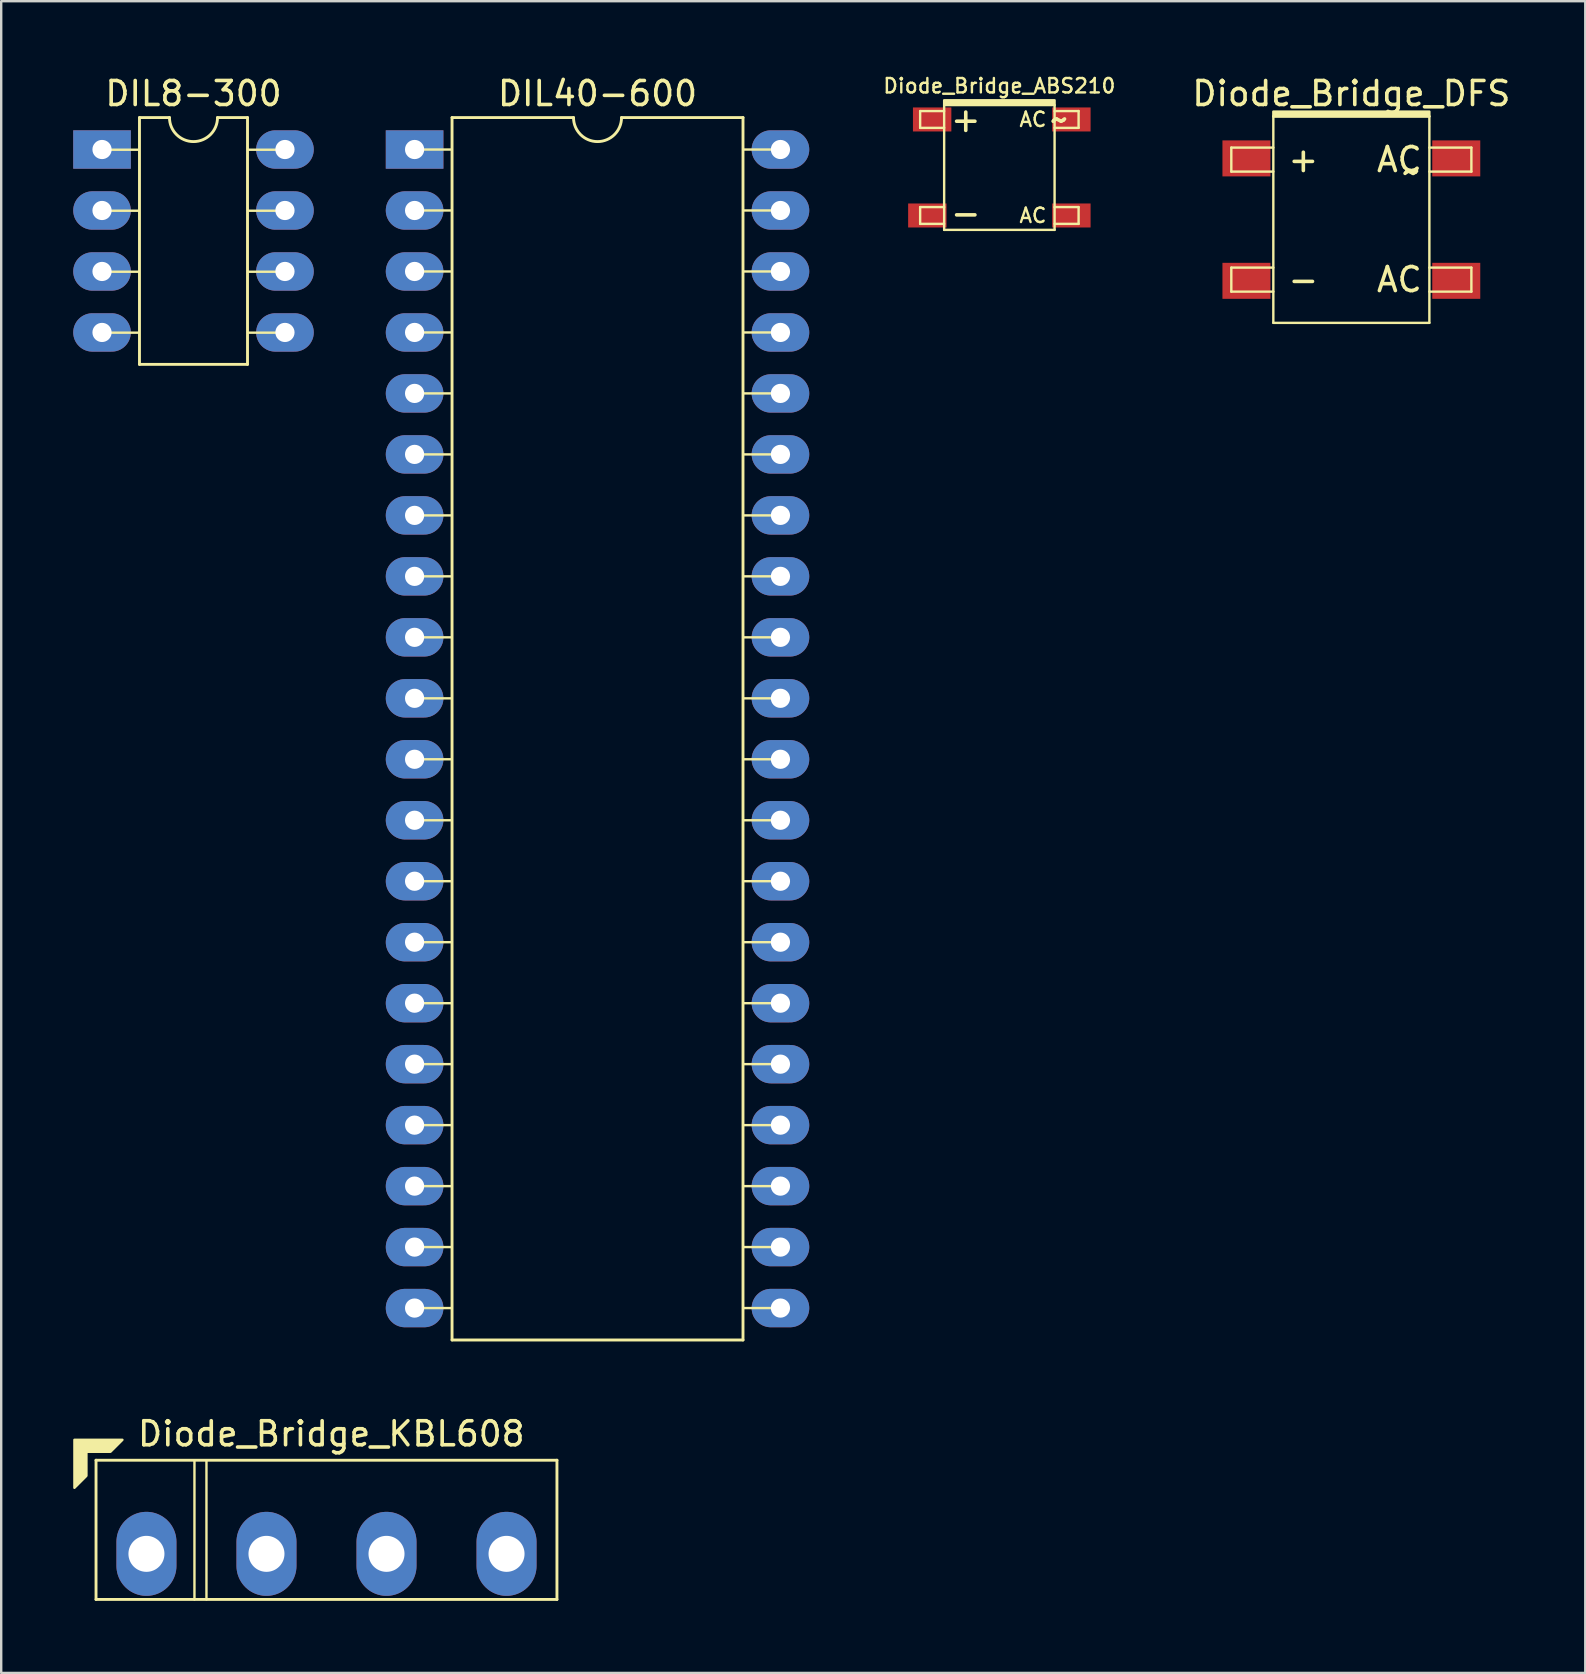
<source format=kicad_pcb>
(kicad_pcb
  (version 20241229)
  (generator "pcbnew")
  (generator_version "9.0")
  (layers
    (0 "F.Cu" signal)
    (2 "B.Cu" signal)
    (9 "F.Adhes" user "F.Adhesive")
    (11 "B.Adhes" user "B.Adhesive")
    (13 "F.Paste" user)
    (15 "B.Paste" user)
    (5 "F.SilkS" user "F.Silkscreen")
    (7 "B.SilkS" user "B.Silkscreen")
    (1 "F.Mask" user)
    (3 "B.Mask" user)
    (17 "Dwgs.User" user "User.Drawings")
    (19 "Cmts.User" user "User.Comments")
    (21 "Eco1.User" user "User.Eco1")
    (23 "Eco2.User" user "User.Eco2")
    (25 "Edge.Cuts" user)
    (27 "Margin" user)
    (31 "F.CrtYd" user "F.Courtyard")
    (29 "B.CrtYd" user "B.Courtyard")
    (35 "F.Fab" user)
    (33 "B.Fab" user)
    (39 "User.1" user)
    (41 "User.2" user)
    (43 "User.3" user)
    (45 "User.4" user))
  (footprint "DIL8-300"
    (layer "F.Cu")
    (at 5.01 6.988)
    (property "Reference" "DIL8-300" (at 0 -6.14 0) (layer "F.SilkS") (effects (font (size 1 1) (thickness 0.15))))
    (attr through_hole)
    (fp_line (start -3.8 -3.8) (end -2.3 -3.8) (stroke (width 0.1) (type solid)) (layer "F.SilkS"))
    (fp_line (start -3.8 -1.26) (end -2.3 -1.26) (stroke (width 0.1) (type solid)) (layer "F.SilkS"))
    (fp_line (start -3.8 1.28) (end -2.3 1.28) (stroke (width 0.1) (type solid)) (layer "F.SilkS"))
    (fp_line (start -3.8 3.82) (end -2.3 3.82) (stroke (width 0.1) (type solid)) (layer "F.SilkS"))
    (fp_line (start -2.25 -5.14) (end -2.25 5.14) (stroke (width 0.12) (type solid)) (layer "F.SilkS"))
    (fp_line (start -2.25 5.14) (end 2.25 5.14) (stroke (width 0.12) (type solid)) (layer "F.SilkS"))
    (fp_line (start -1 -5.14) (end -2.25 -5.14) (stroke (width 0.12) (type solid)) (layer "F.SilkS"))
    (fp_line (start 2.25 -5.14) (end 1 -5.14) (stroke (width 0.12) (type solid)) (layer "F.SilkS"))
    (fp_line (start 2.25 5.14) (end 2.25 -5.14) (stroke (width 0.12) (type solid)) (layer "F.SilkS"))
    (fp_line (start 3.8 -3.8) (end 2.3 -3.8) (stroke (width 0.1) (type solid)) (layer "F.SilkS"))
    (fp_line (start 3.8 -1.26) (end 2.3 -1.26) (stroke (width 0.1) (type solid)) (layer "F.SilkS"))
    (fp_line (start 3.8 1.28) (end 2.3 1.28) (stroke (width 0.1) (type solid)) (layer "F.SilkS"))
    (fp_line (start 3.8 3.82) (end 2.3 3.82) (stroke (width 0.1) (type solid)) (layer "F.SilkS"))
    (fp_arc (start 1 -5.14) (mid 0 -4.14) (end -1 -5.14) (stroke (width 0.12) (type solid)) (layer "F.SilkS"))
    (pad "1" thru_hole rect (at -3.81 -3.81) (size 2.4 1.6) (drill 0.8) (layers "*.Cu" "*.Mask"))
    (pad "2" thru_hole oval (at -3.81 -1.27) (size 2.4 1.6) (drill 0.8) (layers "*.Cu" "*.Mask"))
    (pad "3" thru_hole oval (at -3.81 1.27) (size 2.4 1.6) (drill 0.8) (layers "*.Cu" "*.Mask"))
    (pad "4" thru_hole oval (at -3.81 3.81) (size 2.4 1.6) (drill 0.8) (layers "*.Cu" "*.Mask"))
    (pad "5" thru_hole oval (at 3.81 3.81) (size 2.4 1.6) (drill 0.8) (layers "*.Cu" "*.Mask"))
    (pad "6" thru_hole oval (at 3.81 1.27) (size 2.4 1.6) (drill 0.8) (layers "*.Cu" "*.Mask"))
    (pad "7" thru_hole oval (at 3.81 -1.27) (size 2.4 1.6) (drill 0.8) (layers "*.Cu" "*.Mask"))
    (pad "8" thru_hole oval (at 3.81 -3.81) (size 2.4 1.6) (drill 0.8) (layers "*.Cu" "*.Mask")))
  (footprint "Diode_Bridge_ABS210"
    (layer "F.Cu")
    (at 38.579 3.926)
    (property "Reference" "Diode_Bridge_ABS210" (at 0 -3.4 0) (layer "F.SilkS") (effects (font (size 0.6 0.6) (thickness 0.1))))
    (attr smd)
    (fp_line (start -3.3 -2.35) (end -2.3 -2.35) (stroke (width 0.1) (type solid)) (layer "F.SilkS"))
    (fp_line (start -3.3 -1.65) (end -3.3 -2.35) (stroke (width 0.1) (type solid)) (layer "F.SilkS"))
    (fp_line (start -3.3 -1.65) (end -2.3 -1.65) (stroke (width 0.1) (type solid)) (layer "F.SilkS"))
    (fp_line (start -3.3 1.65) (end -2.3 1.65) (stroke (width 0.1) (type solid)) (layer "F.SilkS"))
    (fp_line (start -3.3 2.35) (end -3.3 1.65) (stroke (width 0.1) (type solid)) (layer "F.SilkS"))
    (fp_line (start -3.3 2.35) (end -2.3 2.35) (stroke (width 0.1) (type solid)) (layer "F.SilkS"))
    (fp_line (start -2.3 -2.6) (end -2.3 2.6) (stroke (width 0.1) (type solid)) (layer "F.SilkS"))
    (fp_line (start -2.3 2.6) (end 2.3 2.6) (stroke (width 0.1) (type solid)) (layer "F.SilkS"))
    (fp_line (start 2.3 -2.6) (end 2.3 2.6) (stroke (width 0.1) (type solid)) (layer "F.SilkS"))
    (fp_line (start 3.3 -2.35) (end 2.3 -2.35) (stroke (width 0.1) (type solid)) (layer "F.SilkS"))
    (fp_line (start 3.3 -2.35) (end 3.3 -1.65) (stroke (width 0.1) (type solid)) (layer "F.SilkS"))
    (fp_line (start 3.3 -1.65) (end 2.3 -1.65) (stroke (width 0.1) (type solid)) (layer "F.SilkS"))
    (fp_line (start 3.3 1.65) (end 2.3 1.65) (stroke (width 0.1) (type solid)) (layer "F.SilkS"))
    (fp_line (start 3.3 1.65) (end 3.3 2.35) (stroke (width 0.1) (type solid)) (layer "F.SilkS"))
    (fp_line (start 3.3 2.35) (end 2.3 2.35) (stroke (width 0.1) (type solid)) (layer "F.SilkS"))
    (fp_rect (start -2.3 -2.6) (end 2.3 -2.8) (stroke (width 0.1) (type solid)) (fill yes) (layer "F.SilkS"))
    (fp_text user "+" (at -1.4 -2 0) (unlocked yes) (layer "F.SilkS") (effects (font (size 1 1) (thickness 0.15))))
    (fp_text user "~" (at 2.5 -2 0) (unlocked yes) (layer "F.SilkS") (effects (font (size 1 1) (thickness 0.15))))
    (fp_text user "AC" (at 1.4 2 0) (unlocked yes) (layer "F.SilkS") (effects (font (size 0.6 0.6) (thickness 0.1))))
    (fp_text user "-" (at -1.4 1.9 0) (unlocked yes) (layer "F.SilkS") (effects (font (size 1 1) (thickness 0.15))))
    (fp_text user "AC" (at 1.4 -2 0) (unlocked yes) (layer "F.SilkS") (effects (font (size 0.6 0.6) (thickness 0.1))))
    (pad "1" smd rect (at -2.8 -2) (size 1.6 1) (layers "F.Cu" "F.Mask" "F.Paste"))
    (pad "2" smd rect (at 3 -2) (size 1.6 1) (layers "F.Cu" "F.Mask" "F.Paste"))
    (pad "3" smd rect (at 3 2) (size 1.6 1) (layers "F.Cu" "F.Mask" "F.Paste"))
    (pad "4" smd rect (at -3 2) (size 1.6 1) (layers "F.Cu" "F.Mask" "F.Paste")))
  (footprint "Diode_Bridge_KBL608"
    (layer "F.Cu")
    (at 10.55 60.676)
    (property "Reference" "Diode_Bridge_KBL608" (at 0.2 -4 180) (layer "F.SilkS") (effects (font (size 1 1) (thickness 0.15))))
    (attr through_hole)
    (fp_line (start -9.6 -2.9) (end 9.6 -2.9) (stroke (width 0.12) (type solid)) (layer "F.SilkS"))
    (fp_line (start -9.6 2.9) (end -9.6 -2.9) (stroke (width 0.12) (type solid)) (layer "F.SilkS"))
    (fp_line (start -5.5 -2.9) (end -5.5 2.9) (stroke (width 0.1) (type solid)) (layer "F.SilkS"))
    (fp_line (start -5 2.9) (end -5 -2.9) (stroke (width 0.1) (type solid)) (layer "F.SilkS"))
    (fp_line (start 9.6 -2.9) (end 9.6 2.9) (stroke (width 0.12) (type solid)) (layer "F.SilkS"))
    (fp_line (start 9.6 2.9) (end -9.6 2.9) (stroke (width 0.12) (type solid)) (layer "F.SilkS"))
    (fp_poly (pts (xy -9 -3.25) (xy -10 -3.25) (xy -10 -2.25) (xy -10.5 -1.75) (xy -10.5 -3.75) (xy -8.5 -3.75)) (stroke (width 0.1) (type solid)) (fill yes) (layer "F.SilkS"))
    (pad "1" thru_hole oval (at -7.5 1 90) (size 3.5 2.5) (drill 1.5) (layers "*.Cu" "*.Mask"))
    (pad "2" thru_hole oval (at -2.5 1 270) (size 3.5 2.5) (drill 1.5) (layers "*.Cu" "*.Mask"))
    (pad "3" thru_hole oval (at 2.5 1 90) (size 3.5 2.5) (drill 1.5) (layers "*.Cu" "*.Mask"))
    (pad "4" thru_hole oval (at 7.5 1 90) (size 3.5 2.5) (drill 1.5) (layers "*.Cu" "*.Mask")))
  (footprint "Diode_Bridge_DFS"
    (layer "F.Cu")
    (at 53.241 6.098)
    (property "Reference" "Diode_Bridge_DFS" (at 0 -5.25 0) (layer "F.SilkS") (effects (font (size 1 1) (thickness 0.15))))
    (attr smd)
    (fp_line (start -5 -3) (end -5 -2) (stroke (width 0.1) (type solid)) (layer "F.SilkS"))
    (fp_line (start -5 -2) (end -3.25 -2) (stroke (width 0.1) (type solid)) (layer "F.SilkS"))
    (fp_line (start -5 2) (end -5 3) (stroke (width 0.1) (type solid)) (layer "F.SilkS"))
    (fp_line (start -5 3) (end -3.25 3) (stroke (width 0.1) (type solid)) (layer "F.SilkS"))
    (fp_line (start -3.25 -4.3) (end -3.25 4.3) (stroke (width 0.1) (type solid)) (layer "F.SilkS"))
    (fp_line (start -3.25 -4.3) (end 3.25 -4.3) (stroke (width 0.1) (type solid)) (layer "F.SilkS"))
    (fp_line (start -3.25 -3) (end -5 -3) (stroke (width 0.1) (type solid)) (layer "F.SilkS"))
    (fp_line (start -3.25 2) (end -5 2) (stroke (width 0.1) (type solid)) (layer "F.SilkS"))
    (fp_line (start -3.25 4.3) (end 3.25 4.3) (stroke (width 0.1) (type solid)) (layer "F.SilkS"))
    (fp_line (start 3.25 -4.3) (end 3.25 4.3) (stroke (width 0.1) (type solid)) (layer "F.SilkS"))
    (fp_line (start 3.25 -3) (end 5 -3) (stroke (width 0.1) (type solid)) (layer "F.SilkS"))
    (fp_line (start 3.25 2) (end 5 2) (stroke (width 0.1) (type solid)) (layer "F.SilkS"))
    (fp_line (start 5 -3) (end 5 -2) (stroke (width 0.1) (type solid)) (layer "F.SilkS"))
    (fp_line (start 5 -2) (end 3.25 -2) (stroke (width 0.1) (type solid)) (layer "F.SilkS"))
    (fp_line (start 5 2) (end 5 3) (stroke (width 0.1) (type solid)) (layer "F.SilkS"))
    (fp_line (start 5 3) (end 3.25 3) (stroke (width 0.1) (type solid)) (layer "F.SilkS"))
    (fp_rect (start -3.25 -4.3) (end 3.25 -4.5) (stroke (width 0.1) (type solid)) (fill yes) (layer "F.SilkS"))
    (fp_text user "~" (at 2.5 -2 0) (unlocked yes) (layer "F.SilkS") (effects (font (size 1 1) (thickness 0.15))))
    (fp_text user "AC" (at 2 -2.5 0) (unlocked yes) (layer "F.SilkS") (effects (font (size 1 1) (thickness 0.15))))
    (fp_text user "+" (at -2 -2.5 0) (unlocked yes) (layer "F.SilkS") (effects (font (size 1 1) (thickness 0.15))))
    (fp_text user "-" (at -2 2.5 0) (unlocked yes) (layer "F.SilkS") (effects (font (size 1 1) (thickness 0.15))))
    (fp_text user "AC" (at 2 2.5 0) (unlocked yes) (layer "F.SilkS") (effects (font (size 1 1) (thickness 0.15))))
    (pad "1" smd rect (at -4.37 -2.55) (size 2 1.5) (layers "F.Cu" "F.Mask" "F.Paste"))
    (pad "2" smd rect (at 4.37 -2.55) (size 2 1.5) (layers "F.Cu" "F.Mask" "F.Paste"))
    (pad "3" smd rect (at -4.37 2.55) (size 2 1.5) (layers "F.Cu" "F.Mask" "F.Paste"))
    (pad "4" smd rect (at 4.37 2.55) (size 2 1.5) (layers "F.Cu" "F.Mask" "F.Paste")))
  (footprint "DIL40-600"
    (layer "F.Cu")
    (at 21.84 27.308)
    (property "Reference" "DIL40-600" (at 0 -26.46 0) (layer "F.SilkS") (effects (font (size 1 1) (thickness 0.15))))
    (attr through_hole)
    (fp_line (start -7.62 -24.13) (end -6.096 -24.13) (stroke (width 0.1) (type solid)) (layer "F.SilkS"))
    (fp_line (start -7.62 -21.59) (end -6.096 -21.59) (stroke (width 0.1) (type solid)) (layer "F.SilkS"))
    (fp_line (start -7.62 -19.05) (end -6.096 -19.05) (stroke (width 0.1) (type solid)) (layer "F.SilkS"))
    (fp_line (start -7.62 -16.51) (end -6.096 -16.51) (stroke (width 0.1) (type solid)) (layer "F.SilkS"))
    (fp_line (start -7.62 -13.97) (end -6.096 -13.97) (stroke (width 0.1) (type solid)) (layer "F.SilkS"))
    (fp_line (start -7.62 -11.43) (end -6.096 -11.43) (stroke (width 0.1) (type solid)) (layer "F.SilkS"))
    (fp_line (start -7.62 -8.89) (end -6.096 -8.89) (stroke (width 0.1) (type solid)) (layer "F.SilkS"))
    (fp_line (start -7.62 -6.35) (end -6.096 -6.35) (stroke (width 0.1) (type solid)) (layer "F.SilkS"))
    (fp_line (start -7.62 -3.81) (end -6.096 -3.81) (stroke (width 0.1) (type solid)) (layer "F.SilkS"))
    (fp_line (start -7.62 -1.27) (end -6.096 -1.27) (stroke (width 0.1) (type solid)) (layer "F.SilkS"))
    (fp_line (start -7.62 1.27) (end -6.096 1.27) (stroke (width 0.1) (type solid)) (layer "F.SilkS"))
    (fp_line (start -7.62 3.81) (end -6.096 3.81) (stroke (width 0.1) (type solid)) (layer "F.SilkS"))
    (fp_line (start -7.62 6.35) (end -6.096 6.35) (stroke (width 0.1) (type solid)) (layer "F.SilkS"))
    (fp_line (start -7.62 8.89) (end -6.096 8.89) (stroke (width 0.1) (type solid)) (layer "F.SilkS"))
    (fp_line (start -7.62 11.43) (end -6.096 11.43) (stroke (width 0.1) (type solid)) (layer "F.SilkS"))
    (fp_line (start -7.62 13.97) (end -6.096 13.97) (stroke (width 0.1) (type solid)) (layer "F.SilkS"))
    (fp_line (start -7.62 16.51) (end -6.096 16.51) (stroke (width 0.1) (type solid)) (layer "F.SilkS"))
    (fp_line (start -7.62 19.05) (end -6.096 19.05) (stroke (width 0.1) (type solid)) (layer "F.SilkS"))
    (fp_line (start -7.62 21.59) (end -6.096 21.59) (stroke (width 0.1) (type solid)) (layer "F.SilkS"))
    (fp_line (start -7.62 24.13) (end -6.096 24.13) (stroke (width 0.1) (type solid)) (layer "F.SilkS"))
    (fp_line (start -6.06 -25.46) (end -6.06 25.46) (stroke (width 0.12) (type solid)) (layer "F.SilkS"))
    (fp_line (start -6.06 25.46) (end 6.06 25.46) (stroke (width 0.12) (type solid)) (layer "F.SilkS"))
    (fp_line (start -1 -25.46) (end -6.06 -25.46) (stroke (width 0.12) (type solid)) (layer "F.SilkS"))
    (fp_line (start 6.06 -25.46) (end 1 -25.46) (stroke (width 0.12) (type solid)) (layer "F.SilkS"))
    (fp_line (start 6.06 25.46) (end 6.06 -25.46) (stroke (width 0.12) (type solid)) (layer "F.SilkS"))
    (fp_line (start 6.096 -24.13) (end 7.62 -24.13) (stroke (width 0.1) (type solid)) (layer "F.SilkS"))
    (fp_line (start 6.096 -21.59) (end 7.62 -21.59) (stroke (width 0.1) (type solid)) (layer "F.SilkS"))
    (fp_line (start 6.096 -19.05) (end 7.62 -19.05) (stroke (width 0.1) (type solid)) (layer "F.SilkS"))
    (fp_line (start 6.096 -16.51) (end 7.62 -16.51) (stroke (width 0.1) (type solid)) (layer "F.SilkS"))
    (fp_line (start 6.096 -13.97) (end 7.62 -13.97) (stroke (width 0.1) (type solid)) (layer "F.SilkS"))
    (fp_line (start 6.096 -11.43) (end 7.62 -11.43) (stroke (width 0.1) (type solid)) (layer "F.SilkS"))
    (fp_line (start 6.096 -8.89) (end 7.62 -8.89) (stroke (width 0.1) (type solid)) (layer "F.SilkS"))
    (fp_line (start 6.096 -6.35) (end 7.62 -6.35) (stroke (width 0.1) (type solid)) (layer "F.SilkS"))
    (fp_line (start 6.096 -3.81) (end 7.62 -3.81) (stroke (width 0.1) (type solid)) (layer "F.SilkS"))
    (fp_line (start 6.096 -1.27) (end 7.62 -1.27) (stroke (width 0.1) (type solid)) (layer "F.SilkS"))
    (fp_line (start 6.096 1.27) (end 7.62 1.27) (stroke (width 0.1) (type solid)) (layer "F.SilkS"))
    (fp_line (start 6.096 3.81) (end 7.62 3.81) (stroke (width 0.1) (type solid)) (layer "F.SilkS"))
    (fp_line (start 6.096 6.35) (end 7.62 6.35) (stroke (width 0.1) (type solid)) (layer "F.SilkS"))
    (fp_line (start 6.096 8.89) (end 7.62 8.89) (stroke (width 0.1) (type solid)) (layer "F.SilkS"))
    (fp_line (start 6.096 11.43) (end 7.62 11.43) (stroke (width 0.1) (type solid)) (layer "F.SilkS"))
    (fp_line (start 6.096 13.97) (end 7.62 13.97) (stroke (width 0.1) (type solid)) (layer "F.SilkS"))
    (fp_line (start 6.096 16.51) (end 7.62 16.51) (stroke (width 0.1) (type solid)) (layer "F.SilkS"))
    (fp_line (start 6.096 19.05) (end 7.62 19.05) (stroke (width 0.1) (type solid)) (layer "F.SilkS"))
    (fp_line (start 6.096 21.59) (end 7.62 21.59) (stroke (width 0.1) (type solid)) (layer "F.SilkS"))
    (fp_line (start 6.096 24.13) (end 7.62 24.13) (stroke (width 0.1) (type solid)) (layer "F.SilkS"))
    (fp_arc (start 1 -25.46) (mid 0 -24.46) (end -1 -25.46) (stroke (width 0.12) (type solid)) (layer "F.SilkS"))
    (pad "1" thru_hole rect (at -7.62 -24.13) (size 2.4 1.6) (drill 0.8) (layers "*.Cu" "*.Mask"))
    (pad "2" thru_hole oval (at -7.62 -21.59) (size 2.4 1.6) (drill 0.8) (layers "*.Cu" "*.Mask"))
    (pad "3" thru_hole oval (at -7.62 -19.05) (size 2.4 1.6) (drill 0.8) (layers "*.Cu" "*.Mask"))
    (pad "4" thru_hole oval (at -7.62 -16.51) (size 2.4 1.6) (drill 0.8) (layers "*.Cu" "*.Mask"))
    (pad "5" thru_hole oval (at -7.62 -13.97) (size 2.4 1.6) (drill 0.8) (layers "*.Cu" "*.Mask"))
    (pad "6" thru_hole oval (at -7.62 -11.43) (size 2.4 1.6) (drill 0.8) (layers "*.Cu" "*.Mask"))
    (pad "7" thru_hole oval (at -7.62 -8.89) (size 2.4 1.6) (drill 0.8) (layers "*.Cu" "*.Mask"))
    (pad "8" thru_hole oval (at -7.62 -6.35) (size 2.4 1.6) (drill 0.8) (layers "*.Cu" "*.Mask"))
    (pad "9" thru_hole oval (at -7.62 -3.81) (size 2.4 1.6) (drill 0.8) (layers "*.Cu" "*.Mask"))
    (pad "10" thru_hole oval (at -7.62 -1.27) (size 2.4 1.6) (drill 0.8) (layers "*.Cu" "*.Mask"))
    (pad "11" thru_hole oval (at -7.62 1.27) (size 2.4 1.6) (drill 0.8) (layers "*.Cu" "*.Mask"))
    (pad "12" thru_hole oval (at -7.62 3.81) (size 2.4 1.6) (drill 0.8) (layers "*.Cu" "*.Mask"))
    (pad "13" thru_hole oval (at -7.62 6.35) (size 2.4 1.6) (drill 0.8) (layers "*.Cu" "*.Mask"))
    (pad "14" thru_hole oval (at -7.62 8.89) (size 2.4 1.6) (drill 0.8) (layers "*.Cu" "*.Mask"))
    (pad "15" thru_hole oval (at -7.62 11.43) (size 2.4 1.6) (drill 0.8) (layers "*.Cu" "*.Mask"))
    (pad "16" thru_hole oval (at -7.62 13.97) (size 2.4 1.6) (drill 0.8) (layers "*.Cu" "*.Mask"))
    (pad "17" thru_hole oval (at -7.62 16.51) (size 2.4 1.6) (drill 0.8) (layers "*.Cu" "*.Mask"))
    (pad "18" thru_hole oval (at -7.62 19.05) (size 2.4 1.6) (drill 0.8) (layers "*.Cu" "*.Mask"))
    (pad "19" thru_hole oval (at -7.62 21.59) (size 2.4 1.6) (drill 0.8) (layers "*.Cu" "*.Mask"))
    (pad "20" thru_hole oval (at -7.62 24.13) (size 2.4 1.6) (drill 0.8) (layers "*.Cu" "*.Mask"))
    (pad "21" thru_hole oval (at 7.62 24.13) (size 2.4 1.6) (drill 0.8) (layers "*.Cu" "*.Mask"))
    (pad "22" thru_hole oval (at 7.62 21.59) (size 2.4 1.6) (drill 0.8) (layers "*.Cu" "*.Mask"))
    (pad "23" thru_hole oval (at 7.62 19.05) (size 2.4 1.6) (drill 0.8) (layers "*.Cu" "*.Mask"))
    (pad "24" thru_hole oval (at 7.62 16.51) (size 2.4 1.6) (drill 0.8) (layers "*.Cu" "*.Mask"))
    (pad "25" thru_hole oval (at 7.62 13.97) (size 2.4 1.6) (drill 0.8) (layers "*.Cu" "*.Mask"))
    (pad "26" thru_hole oval (at 7.62 11.43) (size 2.4 1.6) (drill 0.8) (layers "*.Cu" "*.Mask"))
    (pad "27" thru_hole oval (at 7.62 8.89) (size 2.4 1.6) (drill 0.8) (layers "*.Cu" "*.Mask"))
    (pad "28" thru_hole oval (at 7.62 6.35) (size 2.4 1.6) (drill 0.8) (layers "*.Cu" "*.Mask"))
    (pad "29" thru_hole oval (at 7.62 3.81) (size 2.4 1.6) (drill 0.8) (layers "*.Cu" "*.Mask"))
    (pad "30" thru_hole oval (at 7.62 1.27) (size 2.4 1.6) (drill 0.8) (layers "*.Cu" "*.Mask"))
    (pad "31" thru_hole oval (at 7.62 -1.27) (size 2.4 1.6) (drill 0.8) (layers "*.Cu" "*.Mask"))
    (pad "32" thru_hole oval (at 7.62 -3.81) (size 2.4 1.6) (drill 0.8) (layers "*.Cu" "*.Mask"))
    (pad "33" thru_hole oval (at 7.62 -6.35) (size 2.4 1.6) (drill 0.8) (layers "*.Cu" "*.Mask"))
    (pad "34" thru_hole oval (at 7.62 -8.89) (size 2.4 1.6) (drill 0.8) (layers "*.Cu" "*.Mask"))
    (pad "35" thru_hole oval (at 7.62 -11.43) (size 2.4 1.6) (drill 0.8) (layers "*.Cu" "*.Mask"))
    (pad "36" thru_hole oval (at 7.62 -13.97) (size 2.4 1.6) (drill 0.8) (layers "*.Cu" "*.Mask"))
    (pad "37" thru_hole oval (at 7.62 -16.51) (size 2.4 1.6) (drill 0.8) (layers "*.Cu" "*.Mask"))
    (pad "38" thru_hole oval (at 7.62 -19.05) (size 2.4 1.6) (drill 0.8) (layers "*.Cu" "*.Mask"))
    (pad "39" thru_hole oval (at 7.62 -21.59) (size 2.4 1.6) (drill 0.8) (layers "*.Cu" "*.Mask"))
    (pad "40" thru_hole oval (at 7.62 -24.13) (size 2.4 1.6) (drill 0.8) (layers "*.Cu" "*.Mask")))
  (gr_rect
    (start -3 -3)
    (end 62.985 66.636)
    (stroke (width 0.1) (type default))
    (fill no)
    (layer "Edge.Cuts")))
</source>
